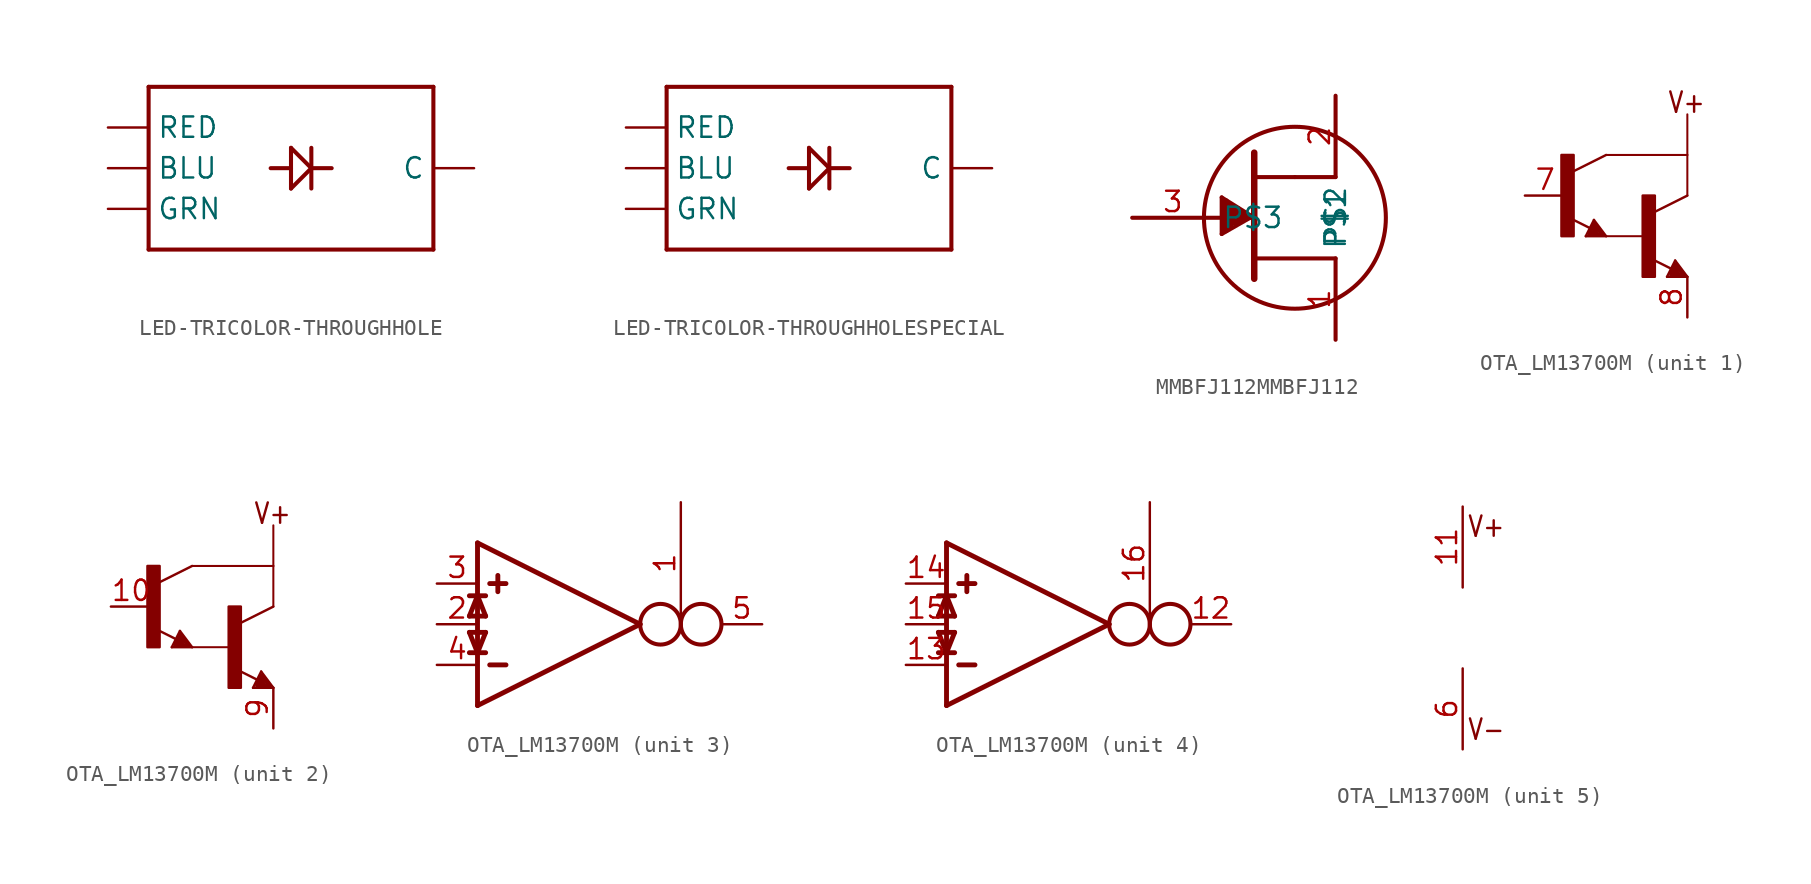
<source format=kicad_sym>
(kicad_symbol_lib
  (version 20231120)
  (generator "kicad_symbol_editor")
  (generator_version "8.0")
  (symbol "LED-TRICOLOR-THROUGHHOLE"
    (property "Reference" ""
      (at -7.62 5.842 0)
      (effects (font (size 1.778 1.511)) (justify left bottom) (hide yes)))
    (property "Value" ""
      (at -7.62 -7.62 0)
      (effects (font (size 1.778 1.511)) (justify left bottom)))
    (property "ki_locked" ""
      (at 0 0 0)
      (effects (font (size 1.27 1.27))))
    (symbol "LED-TRICOLOR-THROUGHHOLE_1_0"
      (polyline (pts (xy -7.62 -5.08) (xy -7.62 5.08)) (stroke (width 0.254) (type solid)) (fill (type none)))
      (polyline (pts (xy -7.62 5.08) (xy 10.16 5.08)) (stroke (width 0.254) (type solid)) (fill (type none)))
      (polyline (pts (xy 1.27 -1.27) (xy 2.54 0)) (stroke (width 0.254) (type solid)) (fill (type none)))
      (polyline (pts (xy 1.27 0) (xy 0 0)) (stroke (width 0.254) (type solid)) (fill (type none)))
      (polyline (pts (xy 1.27 0) (xy 1.27 -1.27)) (stroke (width 0.254) (type solid)) (fill (type none)))
      (polyline (pts (xy 1.27 1.27) (xy 1.27 0)) (stroke (width 0.254) (type solid)) (fill (type none)))
      (polyline (pts (xy 2.54 0) (xy 1.27 1.27)) (stroke (width 0.254) (type solid)) (fill (type none)))
      (polyline (pts (xy 2.54 0) (xy 2.54 -1.27)) (stroke (width 0.254) (type solid)) (fill (type none)))
      (polyline (pts (xy 2.54 0) (xy 3.81 0)) (stroke (width 0.254) (type solid)) (fill (type none)))
      (polyline (pts (xy 2.54 1.27) (xy 2.54 0)) (stroke (width 0.254) (type solid)) (fill (type none)))
      (polyline (pts (xy 10.16 -5.08) (xy -7.62 -5.08)) (stroke (width 0.254) (type solid)) (fill (type none)))
      (polyline (pts (xy 10.16 5.08) (xy 10.16 -5.08)) (stroke (width 0.254) (type solid)) (fill (type none)))
      (pin bidirectional line (at -10.16 0 0) (length 2.54) (name "BLU" (effects (font (size 1.27 1.27)))) (number "BLU" (effects (font (size 0 0)))))
      (pin bidirectional line (at 12.7 0 180) (length 2.54) (name "C" (effects (font (size 1.27 1.27)))) (number "GND" (effects (font (size 0 0)))))
      (pin bidirectional line (at -10.16 -2.54 0) (length 2.54) (name "GRN" (effects (font (size 1.27 1.27)))) (number "GRN" (effects (font (size 0 0)))))
      (pin bidirectional line (at -10.16 2.54 0) (length 2.54) (name "RED" (effects (font (size 1.27 1.27)))) (number "RED" (effects (font (size 0 0)))))))
  (symbol "LED-TRICOLOR-THROUGHHOLESPECIAL"
    (property "Reference" ""
      (at -7.62 5.842 0)
      (effects (font (size 1.778 1.511)) (justify left bottom) (hide yes)))
    (property "Value" ""
      (at -7.62 -7.62 0)
      (effects (font (size 1.778 1.511)) (justify left bottom)))
    (property "ki_locked" ""
      (at 0 0 0)
      (effects (font (size 1.27 1.27))))
    (symbol "LED-TRICOLOR-THROUGHHOLESPECIAL_1_0"
      (polyline (pts (xy -7.62 -5.08) (xy -7.62 5.08)) (stroke (width 0.254) (type solid)) (fill (type none)))
      (polyline (pts (xy -7.62 5.08) (xy 10.16 5.08)) (stroke (width 0.254) (type solid)) (fill (type none)))
      (polyline (pts (xy 1.27 -1.27) (xy 2.54 0)) (stroke (width 0.254) (type solid)) (fill (type none)))
      (polyline (pts (xy 1.27 0) (xy 0 0)) (stroke (width 0.254) (type solid)) (fill (type none)))
      (polyline (pts (xy 1.27 0) (xy 1.27 -1.27)) (stroke (width 0.254) (type solid)) (fill (type none)))
      (polyline (pts (xy 1.27 1.27) (xy 1.27 0)) (stroke (width 0.254) (type solid)) (fill (type none)))
      (polyline (pts (xy 2.54 0) (xy 1.27 1.27)) (stroke (width 0.254) (type solid)) (fill (type none)))
      (polyline (pts (xy 2.54 0) (xy 2.54 -1.27)) (stroke (width 0.254) (type solid)) (fill (type none)))
      (polyline (pts (xy 2.54 0) (xy 3.81 0)) (stroke (width 0.254) (type solid)) (fill (type none)))
      (polyline (pts (xy 2.54 1.27) (xy 2.54 0)) (stroke (width 0.254) (type solid)) (fill (type none)))
      (polyline (pts (xy 10.16 -5.08) (xy -7.62 -5.08)) (stroke (width 0.254) (type solid)) (fill (type none)))
      (polyline (pts (xy 10.16 5.08) (xy 10.16 -5.08)) (stroke (width 0.254) (type solid)) (fill (type none)))
      (pin bidirectional line (at -10.16 0 0) (length 2.54) (name "BLU" (effects (font (size 1.27 1.27)))) (number "BLU" (effects (font (size 0 0)))))
      (pin bidirectional line (at 12.7 0 180) (length 2.54) (name "C" (effects (font (size 1.27 1.27)))) (number "GND" (effects (font (size 0 0)))))
      (pin bidirectional line (at -10.16 -2.54 0) (length 2.54) (name "GRN" (effects (font (size 1.27 1.27)))) (number "GRN" (effects (font (size 0 0)))))
      (pin bidirectional line (at -10.16 2.54 0) (length 2.54) (name "RED" (effects (font (size 1.27 1.27)))) (number "RED" (effects (font (size 0 0)))))))
  (symbol "MMBFJ112MMBFJ112"
    (property "Reference" ""
      (at 0 0 0)
      (effects (font (size 1.27 1.27)) (hide yes)))
    (property "ki_locked" ""
      (at 0 0 0)
      (effects (font (size 1.27 1.27))))
    (symbol "MMBFJ112MMBFJ112_1_0"
      (polyline (pts (xy -4.572 -1.016) (xy -2.794 0)) (stroke (width 0.254) (type solid)) (fill (type none)))
      (polyline (pts (xy -4.572 1.27) (xy -4.572 -1.016)) (stroke (width 0.254) (type solid)) (fill (type none)))
      (polyline (pts (xy -4.318 -0.762) (xy -4.064 -0.508)) (stroke (width 0.406) (type solid)) (fill (type none)))
      (polyline (pts (xy -4.318 1.016) (xy -4.318 -0.762)) (stroke (width 0.406) (type solid)) (fill (type none)))
      (polyline (pts (xy -4.064 -0.508) (xy -4.064 0.762)) (stroke (width 0.406) (type solid)) (fill (type none)))
      (polyline (pts (xy -4.064 0.762) (xy -3.81 0.508)) (stroke (width 0.406) (type solid)) (fill (type none)))
      (polyline (pts (xy -3.81 -0.254) (xy -3.302 0)) (stroke (width 0.406) (type solid)) (fill (type none)))
      (polyline (pts (xy -3.81 0.508) (xy -3.81 -0.254)) (stroke (width 0.406) (type solid)) (fill (type none)))
      (polyline (pts (xy -3.556 0.254) (xy -3.556 0.508)) (stroke (width 0.406) (type solid)) (fill (type none)))
      (polyline (pts (xy -3.556 0.508) (xy -3.048 0)) (stroke (width 0.406) (type solid)) (fill (type none)))
      (polyline (pts (xy -3.302 0) (xy -10.16 0)) (stroke (width 0.254) (type solid)) (fill (type none)))
      (polyline (pts (xy -3.302 0) (xy -3.556 0.254)) (stroke (width 0.406) (type solid)) (fill (type none)))
      (polyline (pts (xy -3.048 0) (xy -3.302 0)) (stroke (width 0.254) (type solid)) (fill (type none)))
      (polyline (pts (xy -2.794 0) (xy -3.048 0)) (stroke (width 0.254) (type solid)) (fill (type none)))
      (polyline (pts (xy -2.54 0) (xy -4.572 1.27)) (stroke (width 0.254) (type solid)) (fill (type none)))
      (polyline (pts (xy -2.54 0) (xy -2.794 0)) (stroke (width 0.254) (type solid)) (fill (type none)))
      (polyline (pts (xy -2.54 0) (xy -2.54 -3.81)) (stroke (width 0.406) (type solid)) (fill (type none)))
      (polyline (pts (xy -2.54 2.54) (xy -2.54 0)) (stroke (width 0.406) (type solid)) (fill (type none)))
      (polyline (pts (xy -2.54 4.064) (xy -2.54 2.54)) (stroke (width 0.406) (type solid)) (fill (type none)))
      (polyline (pts (xy 0 2.54) (xy -2.54 2.54)) (stroke (width 0.254) (type solid)) (fill (type none)))
      (polyline (pts (xy 2.54 -2.54) (xy -2.54 -2.54)) (stroke (width 0.254) (type solid)) (fill (type none)))
      (polyline (pts (xy 2.54 -2.54) (xy 2.54 -7.62)) (stroke (width 0.254) (type solid)) (fill (type none)))
      (polyline (pts (xy 2.54 2.54) (xy 0 2.54)) (stroke (width 0.254) (type solid)) (fill (type none)))
      (polyline (pts (xy 2.54 2.54) (xy 2.54 5.08)) (stroke (width 0.254) (type solid)) (fill (type none)))
      (polyline (pts (xy 2.54 5.08) (xy 2.54 7.62)) (stroke (width 0.254) (type solid)) (fill (type none)))
      (circle (center 0 0) (radius 5.68) (stroke (width 0.254) (type solid)) (fill (type none)))
      (pin bidirectional line (at 2.54 -7.62 90) (length 5.08) (name "P$1" (effects (font (size 1.27 1.27)))) (number "1" (effects (font (size 1.27 1.27)))))
      (pin bidirectional line (at 2.54 7.62 270) (length 5.08) (name "P$2" (effects (font (size 1.27 1.27)))) (number "2" (effects (font (size 1.27 1.27)))))
      (pin bidirectional line (at -10.16 0 0) (length 5.08) (name "P$3" (effects (font (size 1.27 1.27)))) (number "3" (effects (font (size 1.27 1.27)))))))
  (symbol "OTA_LM13700M"
    (property "Reference" "IC"
      (at 2.54 -5.08 0)
      (effects (font (size 1.778 1.511)) (justify left bottom) (hide yes)))
    (property "ki_locked" ""
      (at 0 0 0)
      (effects (font (size 1.27 1.27))))
    (symbol "OTA_LM13700M_1_0"
      (rectangle (start -5.334 0) (end -4.572 5.08) (stroke (width 0) (type default)) (fill (type outline)))
      (rectangle (start -0.254 -2.54) (end 0.508 2.54) (stroke (width 0) (type default)) (fill (type outline)))
      (polyline (pts (xy -3.81 0) (xy -3.302 1.016)) (stroke (width 0.152) (type solid)) (fill (type none)))
      (polyline (pts (xy -3.556 0.127) (xy -2.794 0.127)) (stroke (width 0.254) (type solid)) (fill (type none)))
      (polyline (pts (xy -3.556 0.254) (xy -3.175 0.254)) (stroke (width 0.254) (type solid)) (fill (type none)))
      (polyline (pts (xy -3.54 0.5) (xy -4.772 1.116)) (stroke (width 0.152) (type solid)) (fill (type none)))
      (polyline (pts (xy -3.302 0.762) (xy -3.556 0.254)) (stroke (width 0.254) (type solid)) (fill (type none)))
      (polyline (pts (xy -3.302 1.016) (xy -2.54 0)) (stroke (width 0.152) (type solid)) (fill (type none)))
      (polyline (pts (xy -3.175 0.254) (xy -3.302 0.508)) (stroke (width 0.254) (type solid)) (fill (type none)))
      (polyline (pts (xy -2.794 0.127) (xy -3.302 0.762)) (stroke (width 0.254) (type solid)) (fill (type none)))
      (polyline (pts (xy -2.54 0) (xy -3.81 0)) (stroke (width 0.152) (type solid)) (fill (type none)))
      (polyline (pts (xy -2.54 5.08) (xy -4.572 4.064)) (stroke (width 0.152) (type solid)) (fill (type none)))
      (polyline (pts (xy -2.54 5.08) (xy 2.54 5.08)) (stroke (width 0.127) (type solid)) (fill (type none)))
      (polyline (pts (xy 0 0) (xy -2.54 0)) (stroke (width 0.127) (type solid)) (fill (type none)))
      (polyline (pts (xy 1.27 -2.54) (xy 1.778 -1.524)) (stroke (width 0.152) (type solid)) (fill (type none)))
      (polyline (pts (xy 1.524 -2.413) (xy 2.286 -2.413)) (stroke (width 0.254) (type solid)) (fill (type none)))
      (polyline (pts (xy 1.524 -2.286) (xy 1.905 -2.286)) (stroke (width 0.254) (type solid)) (fill (type none)))
      (polyline (pts (xy 1.54 -2.04) (xy 0.308 -1.424)) (stroke (width 0.152) (type solid)) (fill (type none)))
      (polyline (pts (xy 1.778 -1.778) (xy 1.524 -2.286)) (stroke (width 0.254) (type solid)) (fill (type none)))
      (polyline (pts (xy 1.778 -1.524) (xy 2.54 -2.54)) (stroke (width 0.152) (type solid)) (fill (type none)))
      (polyline (pts (xy 1.905 -2.286) (xy 1.778 -2.032)) (stroke (width 0.254) (type solid)) (fill (type none)))
      (polyline (pts (xy 2.286 -2.413) (xy 1.778 -1.778)) (stroke (width 0.254) (type solid)) (fill (type none)))
      (polyline (pts (xy 2.54 -2.54) (xy 1.27 -2.54)) (stroke (width 0.152) (type solid)) (fill (type none)))
      (polyline (pts (xy 2.54 2.54) (xy 0.508 1.524)) (stroke (width 0.152) (type solid)) (fill (type none)))
      (polyline (pts (xy 2.54 2.54) (xy 2.54 5.08)) (stroke (width 0.127) (type solid)) (fill (type none)))
      (polyline (pts (xy 2.54 5.08) (xy 2.54 7.62)) (stroke (width 0.127) (type solid)) (fill (type none)))
      (text "V+" (at 1.27 7.62 0) (effects (font (size 1.27 1.079)) (justify left bottom)))
      (pin passive line (at -7.62 2.54 0) (length 2.54) (name "B" (effects (font (size 0 0)))) (number "7" (effects (font (size 1.27 1.27)))))
      (pin passive line (at 2.54 -5.08 90) (length 2.54) (name "E" (effects (font (size 0 0)))) (number "8" (effects (font (size 1.27 1.27))))))
    (symbol "OTA_LM13700M_2_0"
      (rectangle (start -5.334 0) (end -4.572 5.08) (stroke (width 0) (type default)) (fill (type outline)))
      (rectangle (start -0.254 -2.54) (end 0.508 2.54) (stroke (width 0) (type default)) (fill (type outline)))
      (polyline (pts (xy -3.81 0) (xy -3.302 1.016)) (stroke (width 0.152) (type solid)) (fill (type none)))
      (polyline (pts (xy -3.556 0.127) (xy -2.794 0.127)) (stroke (width 0.254) (type solid)) (fill (type none)))
      (polyline (pts (xy -3.556 0.254) (xy -3.175 0.254)) (stroke (width 0.254) (type solid)) (fill (type none)))
      (polyline (pts (xy -3.54 0.5) (xy -4.772 1.116)) (stroke (width 0.152) (type solid)) (fill (type none)))
      (polyline (pts (xy -3.302 0.762) (xy -3.556 0.254)) (stroke (width 0.254) (type solid)) (fill (type none)))
      (polyline (pts (xy -3.302 1.016) (xy -2.54 0)) (stroke (width 0.152) (type solid)) (fill (type none)))
      (polyline (pts (xy -3.175 0.254) (xy -3.302 0.508)) (stroke (width 0.254) (type solid)) (fill (type none)))
      (polyline (pts (xy -2.794 0.127) (xy -3.302 0.762)) (stroke (width 0.254) (type solid)) (fill (type none)))
      (polyline (pts (xy -2.54 0) (xy -3.81 0)) (stroke (width 0.152) (type solid)) (fill (type none)))
      (polyline (pts (xy -2.54 5.08) (xy -4.572 4.064)) (stroke (width 0.152) (type solid)) (fill (type none)))
      (polyline (pts (xy -2.54 5.08) (xy 2.54 5.08)) (stroke (width 0.127) (type solid)) (fill (type none)))
      (polyline (pts (xy 0 0) (xy -2.54 0)) (stroke (width 0.127) (type solid)) (fill (type none)))
      (polyline (pts (xy 1.27 -2.54) (xy 1.778 -1.524)) (stroke (width 0.152) (type solid)) (fill (type none)))
      (polyline (pts (xy 1.524 -2.413) (xy 2.286 -2.413)) (stroke (width 0.254) (type solid)) (fill (type none)))
      (polyline (pts (xy 1.524 -2.286) (xy 1.905 -2.286)) (stroke (width 0.254) (type solid)) (fill (type none)))
      (polyline (pts (xy 1.54 -2.04) (xy 0.308 -1.424)) (stroke (width 0.152) (type solid)) (fill (type none)))
      (polyline (pts (xy 1.778 -1.778) (xy 1.524 -2.286)) (stroke (width 0.254) (type solid)) (fill (type none)))
      (polyline (pts (xy 1.778 -1.524) (xy 2.54 -2.54)) (stroke (width 0.152) (type solid)) (fill (type none)))
      (polyline (pts (xy 1.905 -2.286) (xy 1.778 -2.032)) (stroke (width 0.254) (type solid)) (fill (type none)))
      (polyline (pts (xy 2.286 -2.413) (xy 1.778 -1.778)) (stroke (width 0.254) (type solid)) (fill (type none)))
      (polyline (pts (xy 2.54 -2.54) (xy 1.27 -2.54)) (stroke (width 0.152) (type solid)) (fill (type none)))
      (polyline (pts (xy 2.54 2.54) (xy 0.508 1.524)) (stroke (width 0.152) (type solid)) (fill (type none)))
      (polyline (pts (xy 2.54 2.54) (xy 2.54 5.08)) (stroke (width 0.127) (type solid)) (fill (type none)))
      (polyline (pts (xy 2.54 5.08) (xy 2.54 7.62)) (stroke (width 0.127) (type solid)) (fill (type none)))
      (text "V+" (at 1.27 7.62 0) (effects (font (size 1.27 1.079)) (justify left bottom)))
      (pin passive line (at -7.62 2.54 0) (length 2.54) (name "B" (effects (font (size 0 0)))) (number "10" (effects (font (size 1.27 1.27)))))
      (pin passive line (at 2.54 -5.08 90) (length 2.54) (name "E" (effects (font (size 0 0)))) (number "9" (effects (font (size 1.27 1.27))))))
    (symbol "OTA_LM13700M_3_0"
      (polyline (pts (xy -5.588 -0.508) (xy -5.08 -1.778)) (stroke (width 0.305) (type solid)) (fill (type none)))
      (polyline (pts (xy -5.588 0.508) (xy -4.572 0.508)) (stroke (width 0.305) (type solid)) (fill (type none)))
      (polyline (pts (xy -5.588 1.778) (xy -4.572 1.778)) (stroke (width 0.305) (type solid)) (fill (type none)))
      (polyline (pts (xy -5.08 -5.08) (xy 5.08 0)) (stroke (width 0.305) (type solid)) (fill (type none)))
      (polyline (pts (xy -5.08 -1.778) (xy -5.08 -5.08)) (stroke (width 0.305) (type solid)) (fill (type none)))
      (polyline (pts (xy -5.08 -1.778) (xy -4.572 -0.508)) (stroke (width 0.305) (type solid)) (fill (type none)))
      (polyline (pts (xy -5.08 1.778) (xy -5.588 0.508)) (stroke (width 0.305) (type solid)) (fill (type none)))
      (polyline (pts (xy -5.08 5.08) (xy -5.08 -1.778)) (stroke (width 0.305) (type solid)) (fill (type none)))
      (polyline (pts (xy -4.572 -1.778) (xy -5.588 -1.778)) (stroke (width 0.305) (type solid)) (fill (type none)))
      (polyline (pts (xy -4.572 -0.508) (xy -5.588 -0.508)) (stroke (width 0.305) (type solid)) (fill (type none)))
      (polyline (pts (xy -4.572 0.508) (xy -5.08 1.778)) (stroke (width 0.305) (type solid)) (fill (type none)))
      (polyline (pts (xy -4.318 -2.54) (xy -3.302 -2.54)) (stroke (width 0.305) (type solid)) (fill (type none)))
      (polyline (pts (xy -4.318 2.54) (xy -3.302 2.54)) (stroke (width 0.305) (type solid)) (fill (type none)))
      (polyline (pts (xy -3.81 3.048) (xy -3.81 2.032)) (stroke (width 0.305) (type solid)) (fill (type none)))
      (polyline (pts (xy 5.08 0) (xy -5.08 5.08)) (stroke (width 0.305) (type solid)) (fill (type none)))
      (circle (center 6.35 0) (radius 1.27) (stroke (width 0.254) (type solid)) (fill (type none)))
      (circle (center 8.89 0) (radius 1.27) (stroke (width 0.254) (type solid)) (fill (type none)))
      (pin input line (at 7.62 7.62 270) (length 7.62) (name "I_BIAS" (effects (font (size 0 0)))) (number "1" (effects (font (size 1.27 1.27)))))
      (pin input line (at -7.62 0 0) (length 2.54) (name "I_DIODE" (effects (font (size 0 0)))) (number "2" (effects (font (size 1.27 1.27)))))
      (pin input line (at -7.62 2.54 0) (length 2.54) (name "IN_P" (effects (font (size 0 0)))) (number "3" (effects (font (size 1.27 1.27)))))
      (pin input line (at -7.62 -2.54 0) (length 2.54) (name "IN_N" (effects (font (size 0 0)))) (number "4" (effects (font (size 1.27 1.27)))))
      (pin output line (at 12.7 0 180) (length 2.54) (name "OUT" (effects (font (size 0 0)))) (number "5" (effects (font (size 1.27 1.27))))))
    (symbol "OTA_LM13700M_4_0"
      (polyline (pts (xy -5.588 -0.508) (xy -5.08 -1.778)) (stroke (width 0.305) (type solid)) (fill (type none)))
      (polyline (pts (xy -5.588 0.508) (xy -4.572 0.508)) (stroke (width 0.305) (type solid)) (fill (type none)))
      (polyline (pts (xy -5.588 1.778) (xy -4.572 1.778)) (stroke (width 0.305) (type solid)) (fill (type none)))
      (polyline (pts (xy -5.08 -5.08) (xy 5.08 0)) (stroke (width 0.305) (type solid)) (fill (type none)))
      (polyline (pts (xy -5.08 -1.778) (xy -5.08 -5.08)) (stroke (width 0.305) (type solid)) (fill (type none)))
      (polyline (pts (xy -5.08 -1.778) (xy -4.572 -0.508)) (stroke (width 0.305) (type solid)) (fill (type none)))
      (polyline (pts (xy -5.08 1.778) (xy -5.588 0.508)) (stroke (width 0.305) (type solid)) (fill (type none)))
      (polyline (pts (xy -5.08 5.08) (xy -5.08 -1.778)) (stroke (width 0.305) (type solid)) (fill (type none)))
      (polyline (pts (xy -4.572 -1.778) (xy -5.588 -1.778)) (stroke (width 0.305) (type solid)) (fill (type none)))
      (polyline (pts (xy -4.572 -0.508) (xy -5.588 -0.508)) (stroke (width 0.305) (type solid)) (fill (type none)))
      (polyline (pts (xy -4.572 0.508) (xy -5.08 1.778)) (stroke (width 0.305) (type solid)) (fill (type none)))
      (polyline (pts (xy -4.318 -2.54) (xy -3.302 -2.54)) (stroke (width 0.305) (type solid)) (fill (type none)))
      (polyline (pts (xy -4.318 2.54) (xy -3.302 2.54)) (stroke (width 0.305) (type solid)) (fill (type none)))
      (polyline (pts (xy -3.81 3.048) (xy -3.81 2.032)) (stroke (width 0.305) (type solid)) (fill (type none)))
      (polyline (pts (xy 5.08 0) (xy -5.08 5.08)) (stroke (width 0.305) (type solid)) (fill (type none)))
      (circle (center 6.35 0) (radius 1.27) (stroke (width 0.254) (type solid)) (fill (type none)))
      (circle (center 8.89 0) (radius 1.27) (stroke (width 0.254) (type solid)) (fill (type none)))
      (pin output line (at 12.7 0 180) (length 2.54) (name "OUT" (effects (font (size 0 0)))) (number "12" (effects (font (size 1.27 1.27)))))
      (pin input line (at -7.62 -2.54 0) (length 2.54) (name "IN_N" (effects (font (size 0 0)))) (number "13" (effects (font (size 1.27 1.27)))))
      (pin input line (at -7.62 2.54 0) (length 2.54) (name "IN_P" (effects (font (size 0 0)))) (number "14" (effects (font (size 1.27 1.27)))))
      (pin input line (at -7.62 0 0) (length 2.54) (name "I_DIODE" (effects (font (size 0 0)))) (number "15" (effects (font (size 1.27 1.27)))))
      (pin input line (at 7.62 7.62 270) (length 7.62) (name "I_BIAS" (effects (font (size 0 0)))) (number "16" (effects (font (size 1.27 1.27))))))
    (symbol "OTA_LM13700M_5_0"
      (text "V+" (at 0.254 7.112 0) (effects (font (size 1.27 1.079)) (justify left top)))
      (text "V-" (at 0.254 -7.112 0) (effects (font (size 1.27 1.079)) (justify left bottom)))
      (pin power_in line (at 0 7.62 270) (length 5.08) (name "V+" (effects (font (size 0 0)))) (number "11" (effects (font (size 1.27 1.27)))))
      (pin power_in line (at 0 -7.62 90) (length 5.08) (name "V-" (effects (font (size 0 0)))) (number "6" (effects (font (size 1.27 1.27))))))))
</source>
